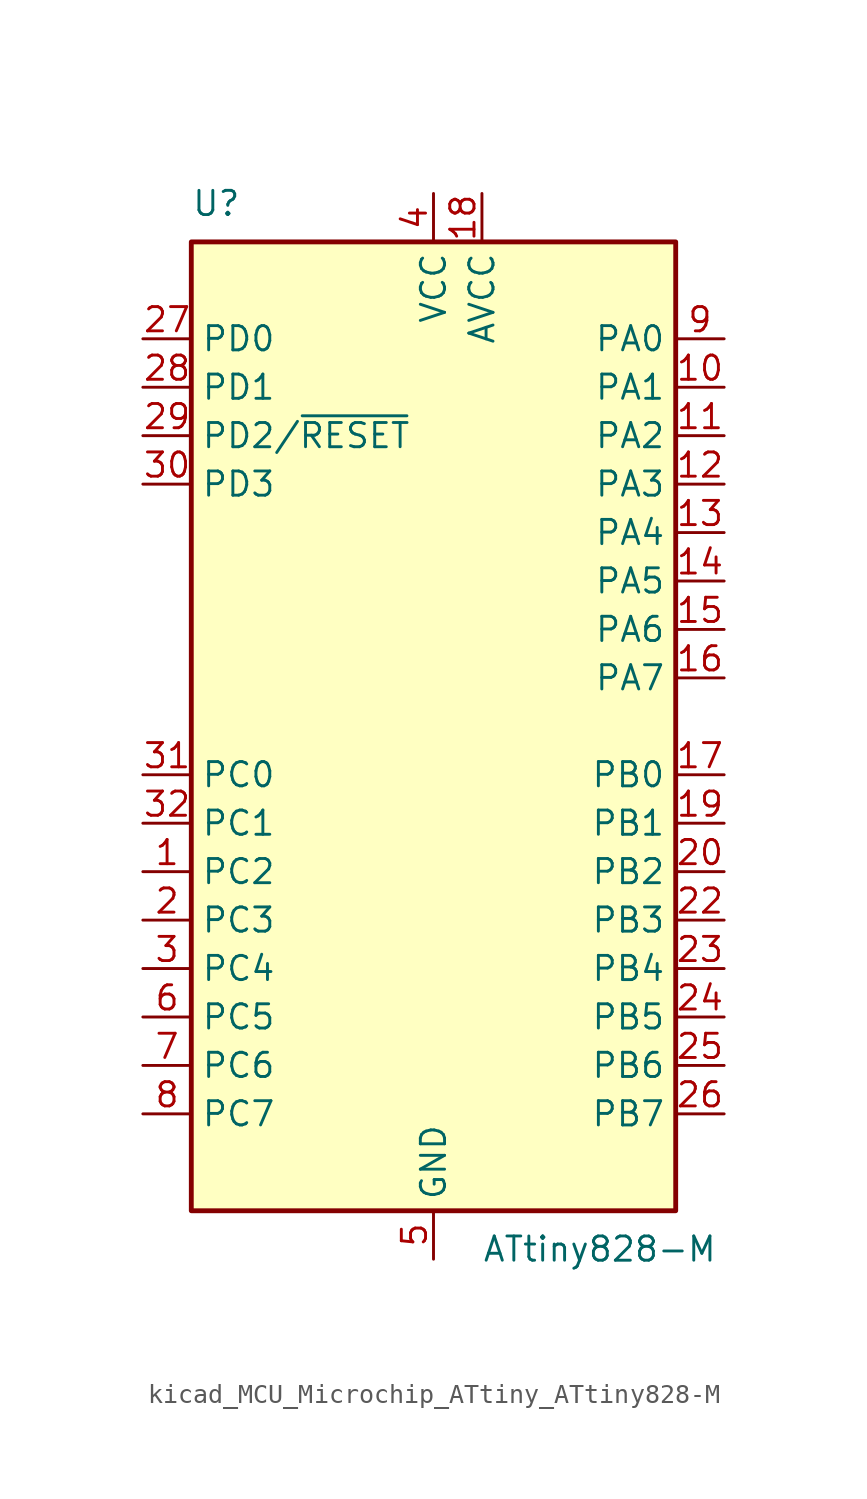
<source format=kicad_sym>
(kicad_symbol_lib
  (version 20220914)
  (generator kicad_symbol_editor)
  (symbol "kicad_MCU_Microchip_ATtiny_ATtiny828-M"
    (property "Reference" "U"
      (at -12.7 26.67 0)
      (effects (font (size 1.27 1.27)) (justify left bottom)))
    (property "Value" "ATtiny828-M"
      (at 2.54 -26.67 0)
      (effects (font (size 1.27 1.27)) (justify left top)))
    (symbol "kicad_MCU_Microchip_ATtiny_ATtiny828-M_0_1"
      (rectangle (start -12.7 -25.4) (end 12.7 25.4) (stroke (width 0.254) (type default)) (fill (type background))))
    (symbol "kicad_MCU_Microchip_ATtiny_ATtiny828-M_1_1"
      (pin bidirectional line (at -15.24 -7.62 0) (length 2.54) (name "PC2" (effects (font (size 1.27 1.27)))) (number "1" (effects (font (size 1.27 1.27)))))
      (pin bidirectional line (at 15.24 17.78 180) (length 2.54) (name "PA1" (effects (font (size 1.27 1.27)))) (number "10" (effects (font (size 1.27 1.27)))))
      (pin bidirectional line (at 15.24 15.24 180) (length 2.54) (name "PA2" (effects (font (size 1.27 1.27)))) (number "11" (effects (font (size 1.27 1.27)))))
      (pin bidirectional line (at 15.24 12.7 180) (length 2.54) (name "PA3" (effects (font (size 1.27 1.27)))) (number "12" (effects (font (size 1.27 1.27)))))
      (pin bidirectional line (at 15.24 10.16 180) (length 2.54) (name "PA4" (effects (font (size 1.27 1.27)))) (number "13" (effects (font (size 1.27 1.27)))))
      (pin bidirectional line (at 15.24 7.62 180) (length 2.54) (name "PA5" (effects (font (size 1.27 1.27)))) (number "14" (effects (font (size 1.27 1.27)))))
      (pin bidirectional line (at 15.24 5.08 180) (length 2.54) (name "PA6" (effects (font (size 1.27 1.27)))) (number "15" (effects (font (size 1.27 1.27)))))
      (pin bidirectional line (at 15.24 2.54 180) (length 2.54) (name "PA7" (effects (font (size 1.27 1.27)))) (number "16" (effects (font (size 1.27 1.27)))))
      (pin bidirectional line (at 15.24 -2.54 180) (length 2.54) (name "PB0" (effects (font (size 1.27 1.27)))) (number "17" (effects (font (size 1.27 1.27)))))
      (pin power_in line (at 2.54 27.94 270) (length 2.54) (name "AVCC" (effects (font (size 1.27 1.27)))) (number "18" (effects (font (size 1.27 1.27)))))
      (pin bidirectional line (at 15.24 -5.08 180) (length 2.54) (name "PB1" (effects (font (size 1.27 1.27)))) (number "19" (effects (font (size 1.27 1.27)))))
      (pin bidirectional line (at -15.24 -10.16 0) (length 2.54) (name "PC3" (effects (font (size 1.27 1.27)))) (number "2" (effects (font (size 1.27 1.27)))))
      (pin bidirectional line (at 15.24 -7.62 180) (length 2.54) (name "PB2" (effects (font (size 1.27 1.27)))) (number "20" (effects (font (size 1.27 1.27)))))
      (pin passive line (at 0 -27.94 90) (length 2.54) hide (name "GND" (effects (font (size 1.27 1.27)))) (number "21" (effects (font (size 1.27 1.27)))))
      (pin bidirectional line (at 15.24 -10.16 180) (length 2.54) (name "PB3" (effects (font (size 1.27 1.27)))) (number "22" (effects (font (size 1.27 1.27)))))
      (pin bidirectional line (at 15.24 -12.7 180) (length 2.54) (name "PB4" (effects (font (size 1.27 1.27)))) (number "23" (effects (font (size 1.27 1.27)))))
      (pin bidirectional line (at 15.24 -15.24 180) (length 2.54) (name "PB5" (effects (font (size 1.27 1.27)))) (number "24" (effects (font (size 1.27 1.27)))))
      (pin bidirectional line (at 15.24 -17.78 180) (length 2.54) (name "PB6" (effects (font (size 1.27 1.27)))) (number "25" (effects (font (size 1.27 1.27)))))
      (pin bidirectional line (at 15.24 -20.32 180) (length 2.54) (name "PB7" (effects (font (size 1.27 1.27)))) (number "26" (effects (font (size 1.27 1.27)))))
      (pin bidirectional line (at -15.24 20.32 0) (length 2.54) (name "PD0" (effects (font (size 1.27 1.27)))) (number "27" (effects (font (size 1.27 1.27)))))
      (pin bidirectional line (at -15.24 17.78 0) (length 2.54) (name "PD1" (effects (font (size 1.27 1.27)))) (number "28" (effects (font (size 1.27 1.27)))))
      (pin bidirectional line (at -15.24 15.24 0) (length 2.54) (name "PD2/~{RESET}" (effects (font (size 1.27 1.27)))) (number "29" (effects (font (size 1.27 1.27)))))
      (pin bidirectional line (at -15.24 -12.7 0) (length 2.54) (name "PC4" (effects (font (size 1.27 1.27)))) (number "3" (effects (font (size 1.27 1.27)))))
      (pin bidirectional line (at -15.24 12.7 0) (length 2.54) (name "PD3" (effects (font (size 1.27 1.27)))) (number "30" (effects (font (size 1.27 1.27)))))
      (pin bidirectional line (at -15.24 -2.54 0) (length 2.54) (name "PC0" (effects (font (size 1.27 1.27)))) (number "31" (effects (font (size 1.27 1.27)))))
      (pin bidirectional line (at -15.24 -5.08 0) (length 2.54) (name "PC1" (effects (font (size 1.27 1.27)))) (number "32" (effects (font (size 1.27 1.27)))))
      (pin passive line (at 0 -27.94 90) (length 2.54) hide (name "GND" (effects (font (size 1.27 1.27)))) (number "33" (effects (font (size 1.27 1.27)))))
      (pin power_in line (at 0 27.94 270) (length 2.54) (name "VCC" (effects (font (size 1.27 1.27)))) (number "4" (effects (font (size 1.27 1.27)))))
      (pin power_in line (at 0 -27.94 90) (length 2.54) (name "GND" (effects (font (size 1.27 1.27)))) (number "5" (effects (font (size 1.27 1.27)))))
      (pin bidirectional line (at -15.24 -15.24 0) (length 2.54) (name "PC5" (effects (font (size 1.27 1.27)))) (number "6" (effects (font (size 1.27 1.27)))))
      (pin bidirectional line (at -15.24 -17.78 0) (length 2.54) (name "PC6" (effects (font (size 1.27 1.27)))) (number "7" (effects (font (size 1.27 1.27)))))
      (pin bidirectional line (at -15.24 -20.32 0) (length 2.54) (name "PC7" (effects (font (size 1.27 1.27)))) (number "8" (effects (font (size 1.27 1.27)))))
      (pin bidirectional line (at 15.24 20.32 180) (length 2.54) (name "PA0" (effects (font (size 1.27 1.27)))) (number "9" (effects (font (size 1.27 1.27))))))))
</source>
